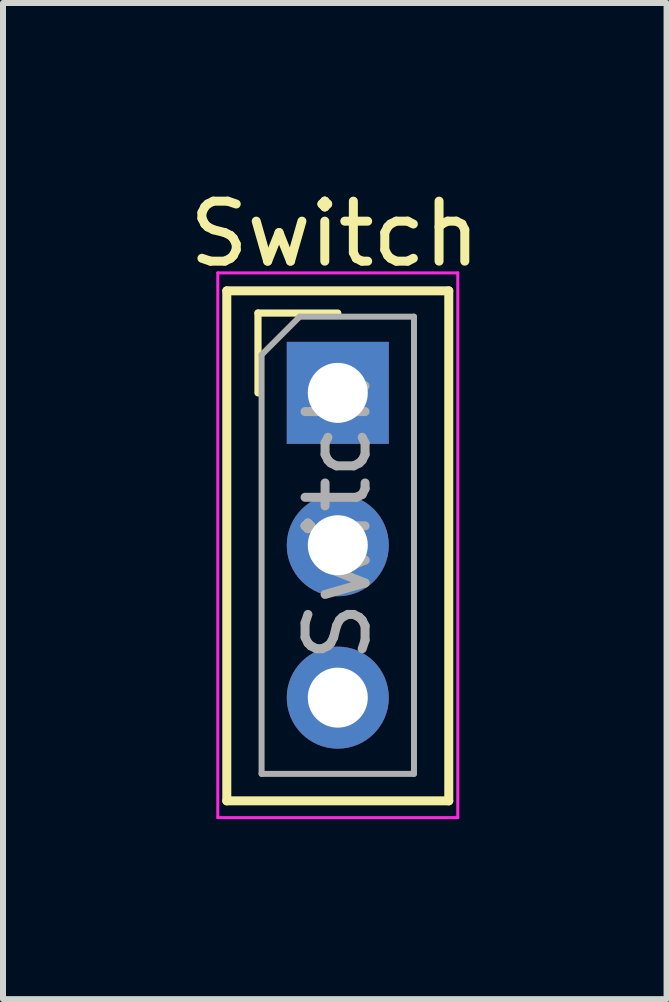
<source format=kicad_pcb>
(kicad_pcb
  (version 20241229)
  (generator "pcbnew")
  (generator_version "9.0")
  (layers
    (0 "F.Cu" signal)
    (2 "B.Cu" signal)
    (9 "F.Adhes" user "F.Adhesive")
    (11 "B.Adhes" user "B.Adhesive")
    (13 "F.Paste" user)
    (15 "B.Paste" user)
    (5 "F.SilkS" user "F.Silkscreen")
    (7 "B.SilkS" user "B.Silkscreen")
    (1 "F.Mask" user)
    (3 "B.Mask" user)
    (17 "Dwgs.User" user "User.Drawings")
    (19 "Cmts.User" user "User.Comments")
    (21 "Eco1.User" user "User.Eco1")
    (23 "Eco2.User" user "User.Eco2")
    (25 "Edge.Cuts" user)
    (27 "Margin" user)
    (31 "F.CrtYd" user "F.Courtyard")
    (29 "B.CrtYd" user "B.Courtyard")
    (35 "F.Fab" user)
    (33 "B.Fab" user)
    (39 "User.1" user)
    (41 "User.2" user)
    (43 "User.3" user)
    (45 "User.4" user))
  (footprint "Switch"
    (layer "F.Cu")
    (at 2.58 3.498)
    (property "Reference" "Switch" (at -0.05 -2.65 0) (layer "F.SilkS") (effects (font (size 1 1) (thickness 0.15))))
    (attr through_hole)
    (fp_line (start -1.85 -1.7) (end -1.85 6.8) (stroke (width 0.15) (type solid)) (layer "F.SilkS"))
    (fp_line (start -1.85 6.8) (end 1.85 6.8) (stroke (width 0.15) (type solid)) (layer "F.SilkS"))
    (fp_line (start -1.33 -1.33) (end 0 -1.33) (stroke (width 0.12) (type solid)) (layer "F.SilkS"))
    (fp_line (start -1.33 0) (end -1.33 -1.33) (stroke (width 0.12) (type solid)) (layer "F.SilkS"))
    (fp_line (start 1.85 -1.7) (end -1.85 -1.7) (stroke (width 0.15) (type solid)) (layer "F.SilkS"))
    (fp_line (start 1.85 6.8) (end 1.85 -1.7) (stroke (width 0.15) (type solid)) (layer "F.SilkS"))
    (fp_line (start -2 -2) (end -2 7.08) (stroke (width 0.05) (type solid)) (layer "F.CrtYd"))
    (fp_line (start -2 7.08) (end 2 7.08) (stroke (width 0.05) (type solid)) (layer "F.CrtYd"))
    (fp_line (start 2 -2) (end -2 -2) (stroke (width 0.05) (type solid)) (layer "F.CrtYd"))
    (fp_line (start 2 7.08) (end 2 -2) (stroke (width 0.05) (type solid)) (layer "F.CrtYd"))
    (fp_line (start -1.27 -0.635) (end -0.635 -1.27) (stroke (width 0.1) (type solid)) (layer "F.Fab"))
    (fp_line (start -1.27 6.35) (end -1.27 -0.635) (stroke (width 0.1) (type solid)) (layer "F.Fab"))
    (fp_line (start -0.635 -1.27) (end 1.27 -1.27) (stroke (width 0.1) (type solid)) (layer "F.Fab"))
    (fp_line (start 1.27 -1.27) (end 1.27 6.35) (stroke (width 0.1) (type solid)) (layer "F.Fab"))
    (fp_line (start 1.27 6.35) (end -1.27 6.35) (stroke (width 0.1) (type solid)) (layer "F.Fab"))
    (fp_text user "${REFERENCE}" (at 0 2.05 90) (layer "F.Fab") (effects (font (size 1 1) (thickness 0.15))))
    (pad "1" thru_hole rect (at 0 0) (size 1.7 1.7) (drill 1) (layers "*.Cu" "*.Mask"))
    (pad "2" thru_hole oval (at 0 2.54) (size 1.7 1.7) (drill 1) (layers "*.Cu" "*.Mask"))
    (pad "3" thru_hole oval (at 0 5.08) (size 1.7 1.7) (drill 1) (layers "*.Cu" "*.Mask")))
  (gr_rect
    (start -3 -3)
    (end 8.06 13.603)
    (stroke (width 0.1) (type default))
    (fill no)
    (layer "Edge.Cuts")))
</source>
